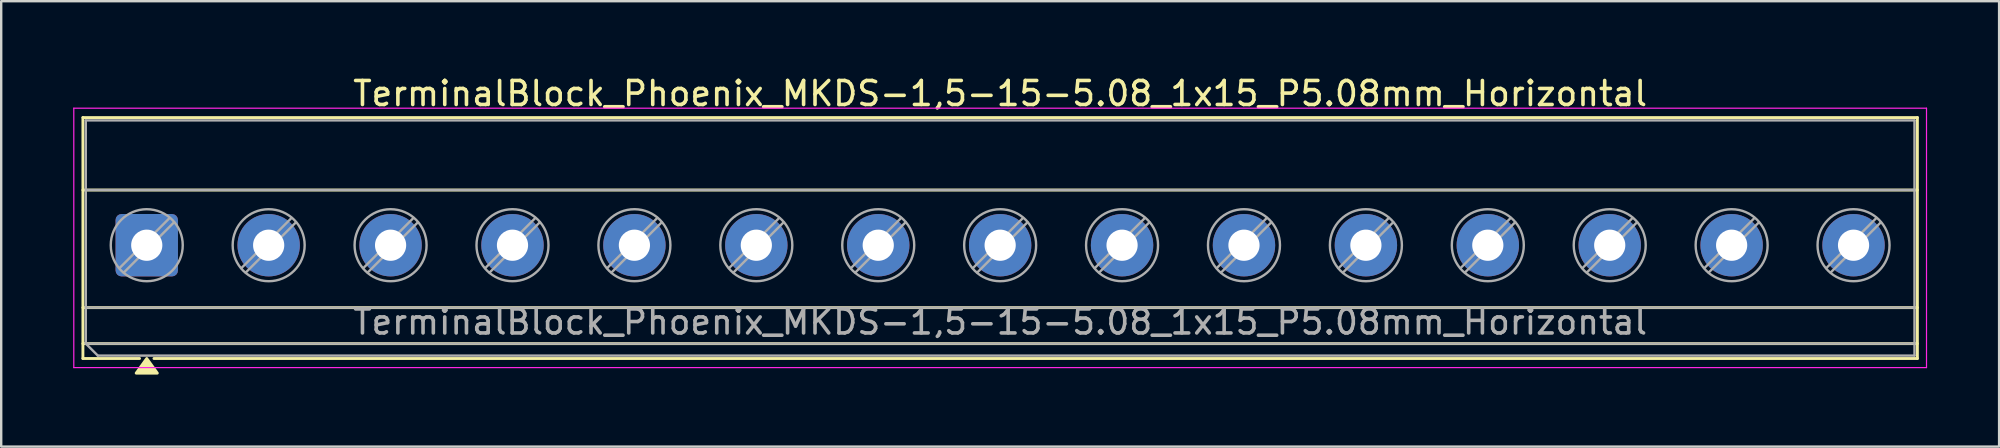
<source format=kicad_pcb>
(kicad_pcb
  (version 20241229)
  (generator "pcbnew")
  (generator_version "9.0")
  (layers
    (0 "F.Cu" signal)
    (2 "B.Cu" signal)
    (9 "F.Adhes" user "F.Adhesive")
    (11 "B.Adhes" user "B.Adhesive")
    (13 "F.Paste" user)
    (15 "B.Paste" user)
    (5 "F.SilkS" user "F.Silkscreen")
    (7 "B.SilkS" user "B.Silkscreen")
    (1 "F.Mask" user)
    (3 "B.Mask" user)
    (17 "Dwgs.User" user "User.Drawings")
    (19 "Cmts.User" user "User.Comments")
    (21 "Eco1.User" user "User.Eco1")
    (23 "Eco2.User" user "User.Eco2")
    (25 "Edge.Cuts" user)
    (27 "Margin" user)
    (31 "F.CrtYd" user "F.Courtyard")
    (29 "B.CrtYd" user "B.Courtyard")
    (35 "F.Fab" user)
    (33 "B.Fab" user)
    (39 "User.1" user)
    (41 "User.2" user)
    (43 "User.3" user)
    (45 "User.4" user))
  (footprint "TerminalBlock_Phoenix_MKDS-1,5-15-5.08_1x15_P5.08mm_Horizontal"
    (layer "F.Cu")
    (at 3.065 7.168)
    (property "Reference" "TerminalBlock_Phoenix_MKDS-1,5-15-5.08_1x15_P5.08mm_Horizontal" (at 35.56 -6.32 0) (layer "F.SilkS") (effects (font (size 1 1) (thickness 0.15))))
    (attr through_hole)
    (fp_line (start -2.66 -5.32) (end 73.78 -5.32) (stroke (width 0.12) (type solid)) (layer "F.SilkS"))
    (fp_line (start -2.66 -2.3) (end 73.78 -2.3) (stroke (width 0.12) (type solid)) (layer "F.SilkS"))
    (fp_line (start -2.66 2.6) (end 73.78 2.6) (stroke (width 0.12) (type solid)) (layer "F.SilkS"))
    (fp_line (start -2.66 4.1) (end 73.78 4.1) (stroke (width 0.12) (type solid)) (layer "F.SilkS"))
    (fp_line (start -2.66 4.72) (end -2.66 -5.32) (stroke (width 0.12) (type solid)) (layer "F.SilkS"))
    (fp_line (start -0.3 4.72) (end -2.66 4.72) (stroke (width 0.12) (type solid)) (layer "F.SilkS"))
    (fp_line (start 73.78 -5.32) (end 73.78 4.72) (stroke (width 0.12) (type solid)) (layer "F.SilkS"))
    (fp_line (start 73.78 4.72) (end 0.3 4.72) (stroke (width 0.12) (type solid)) (layer "F.SilkS"))
    (fp_poly (pts (xy 0 4.72) (xy 0.44 5.33) (xy -0.44 5.33)) (stroke (width 0.12) (type solid)) (fill yes) (layer "F.SilkS"))
    (fp_line (start -3.04 -5.71) (end -3.04 5.1) (stroke (width 0.05) (type solid)) (layer "F.CrtYd"))
    (fp_line (start -3.04 5.1) (end 74.16 5.1) (stroke (width 0.05) (type solid)) (layer "F.CrtYd"))
    (fp_line (start 74.16 -5.71) (end -3.04 -5.71) (stroke (width 0.05) (type solid)) (layer "F.CrtYd"))
    (fp_line (start 74.16 5.1) (end 74.16 -5.71) (stroke (width 0.05) (type solid)) (layer "F.CrtYd"))
    (fp_line (start -2.54 -5.2) (end 73.66 -5.2) (stroke (width 0.1) (type solid)) (layer "F.Fab"))
    (fp_line (start -2.54 -2.3) (end 73.66 -2.3) (stroke (width 0.1) (type solid)) (layer "F.Fab"))
    (fp_line (start -2.54 2.6) (end 73.66 2.6) (stroke (width 0.1) (type solid)) (layer "F.Fab"))
    (fp_line (start -2.54 4.1) (end -2.54 -5.2) (stroke (width 0.1) (type solid)) (layer "F.Fab"))
    (fp_line (start -2.54 4.1) (end 73.66 4.1) (stroke (width 0.1) (type solid)) (layer "F.Fab"))
    (fp_line (start -2.04 4.6) (end -2.54 4.1) (stroke (width 0.1) (type solid)) (layer "F.Fab"))
    (fp_line (start 0.955 -1.138) (end -1.138 0.955) (stroke (width 0.1) (type solid)) (layer "F.Fab"))
    (fp_line (start 1.138 -0.955) (end -0.955 1.138) (stroke (width 0.1) (type solid)) (layer "F.Fab"))
    (fp_line (start 6.035 -1.138) (end 3.942 0.955) (stroke (width 0.1) (type solid)) (layer "F.Fab"))
    (fp_line (start 6.218 -0.955) (end 4.125 1.138) (stroke (width 0.1) (type solid)) (layer "F.Fab"))
    (fp_line (start 11.115 -1.138) (end 9.022 0.955) (stroke (width 0.1) (type solid)) (layer "F.Fab"))
    (fp_line (start 11.298 -0.955) (end 9.205 1.138) (stroke (width 0.1) (type solid)) (layer "F.Fab"))
    (fp_line (start 16.195 -1.138) (end 14.102 0.955) (stroke (width 0.1) (type solid)) (layer "F.Fab"))
    (fp_line (start 16.378 -0.955) (end 14.285 1.138) (stroke (width 0.1) (type solid)) (layer "F.Fab"))
    (fp_line (start 21.275 -1.138) (end 19.182 0.955) (stroke (width 0.1) (type solid)) (layer "F.Fab"))
    (fp_line (start 21.458 -0.955) (end 19.365 1.138) (stroke (width 0.1) (type solid)) (layer "F.Fab"))
    (fp_line (start 26.355 -1.138) (end 24.262 0.955) (stroke (width 0.1) (type solid)) (layer "F.Fab"))
    (fp_line (start 26.538 -0.955) (end 24.445 1.138) (stroke (width 0.1) (type solid)) (layer "F.Fab"))
    (fp_line (start 31.435 -1.138) (end 29.342 0.955) (stroke (width 0.1) (type solid)) (layer "F.Fab"))
    (fp_line (start 31.618 -0.955) (end 29.525 1.138) (stroke (width 0.1) (type solid)) (layer "F.Fab"))
    (fp_line (start 36.515 -1.138) (end 34.422 0.955) (stroke (width 0.1) (type solid)) (layer "F.Fab"))
    (fp_line (start 36.698 -0.955) (end 34.605 1.138) (stroke (width 0.1) (type solid)) (layer "F.Fab"))
    (fp_line (start 41.595 -1.138) (end 39.502 0.955) (stroke (width 0.1) (type solid)) (layer "F.Fab"))
    (fp_line (start 41.778 -0.955) (end 39.685 1.138) (stroke (width 0.1) (type solid)) (layer "F.Fab"))
    (fp_line (start 46.675 -1.138) (end 44.582 0.955) (stroke (width 0.1) (type solid)) (layer "F.Fab"))
    (fp_line (start 46.858 -0.955) (end 44.765 1.138) (stroke (width 0.1) (type solid)) (layer "F.Fab"))
    (fp_line (start 51.755 -1.138) (end 49.662 0.955) (stroke (width 0.1) (type solid)) (layer "F.Fab"))
    (fp_line (start 51.938 -0.955) (end 49.845 1.138) (stroke (width 0.1) (type solid)) (layer "F.Fab"))
    (fp_line (start 56.835 -1.138) (end 54.742 0.955) (stroke (width 0.1) (type solid)) (layer "F.Fab"))
    (fp_line (start 57.018 -0.955) (end 54.925 1.138) (stroke (width 0.1) (type solid)) (layer "F.Fab"))
    (fp_line (start 61.915 -1.138) (end 59.822 0.955) (stroke (width 0.1) (type solid)) (layer "F.Fab"))
    (fp_line (start 62.098 -0.955) (end 60.005 1.138) (stroke (width 0.1) (type solid)) (layer "F.Fab"))
    (fp_line (start 66.995 -1.138) (end 64.902 0.955) (stroke (width 0.1) (type solid)) (layer "F.Fab"))
    (fp_line (start 67.178 -0.955) (end 65.085 1.138) (stroke (width 0.1) (type solid)) (layer "F.Fab"))
    (fp_line (start 72.075 -1.138) (end 69.982 0.955) (stroke (width 0.1) (type solid)) (layer "F.Fab"))
    (fp_line (start 72.258 -0.955) (end 70.165 1.138) (stroke (width 0.1) (type solid)) (layer "F.Fab"))
    (fp_line (start 73.66 -5.2) (end 73.66 4.6) (stroke (width 0.1) (type solid)) (layer "F.Fab"))
    (fp_line (start 73.66 4.6) (end -2.04 4.6) (stroke (width 0.1) (type solid)) (layer "F.Fab"))
    (fp_circle (center 0 0) (end 1.5 0) (stroke (width 0.1) (type solid)) (fill no) (layer "F.Fab"))
    (fp_circle (center 5.08 0) (end 6.58 0) (stroke (width 0.1) (type solid)) (fill no) (layer "F.Fab"))
    (fp_circle (center 10.16 0) (end 11.66 0) (stroke (width 0.1) (type solid)) (fill no) (layer "F.Fab"))
    (fp_circle (center 15.24 0) (end 16.74 0) (stroke (width 0.1) (type solid)) (fill no) (layer "F.Fab"))
    (fp_circle (center 20.32 0) (end 21.82 0) (stroke (width 0.1) (type solid)) (fill no) (layer "F.Fab"))
    (fp_circle (center 25.4 0) (end 26.9 0) (stroke (width 0.1) (type solid)) (fill no) (layer "F.Fab"))
    (fp_circle (center 30.48 0) (end 31.98 0) (stroke (width 0.1) (type solid)) (fill no) (layer "F.Fab"))
    (fp_circle (center 35.56 0) (end 37.06 0) (stroke (width 0.1) (type solid)) (fill no) (layer "F.Fab"))
    (fp_circle (center 40.64 0) (end 42.14 0) (stroke (width 0.1) (type solid)) (fill no) (layer "F.Fab"))
    (fp_circle (center 45.72 0) (end 47.22 0) (stroke (width 0.1) (type solid)) (fill no) (layer "F.Fab"))
    (fp_circle (center 50.8 0) (end 52.3 0) (stroke (width 0.1) (type solid)) (fill no) (layer "F.Fab"))
    (fp_circle (center 55.88 0) (end 57.38 0) (stroke (width 0.1) (type solid)) (fill no) (layer "F.Fab"))
    (fp_circle (center 60.96 0) (end 62.46 0) (stroke (width 0.1) (type solid)) (fill no) (layer "F.Fab"))
    (fp_circle (center 66.04 0) (end 67.54 0) (stroke (width 0.1) (type solid)) (fill no) (layer "F.Fab"))
    (fp_circle (center 71.12 0) (end 72.62 0) (stroke (width 0.1) (type solid)) (fill no) (layer "F.Fab"))
    (fp_text user "${REFERENCE}" (at 35.56 3.2 0) (layer "F.Fab") (effects (font (size 1 1) (thickness 0.15))))
    (pad "1" thru_hole roundrect (at 0 0) (size 2.6 2.6) (drill 1.3) (layers "*.Cu" "*.Mask") (roundrect_rratio 0.096))
    (pad "2" thru_hole circle (at 5.08 0) (size 2.6 2.6) (drill 1.3) (layers "*.Cu" "*.Mask"))
    (pad "3" thru_hole circle (at 10.16 0) (size 2.6 2.6) (drill 1.3) (layers "*.Cu" "*.Mask"))
    (pad "4" thru_hole circle (at 15.24 0) (size 2.6 2.6) (drill 1.3) (layers "*.Cu" "*.Mask"))
    (pad "5" thru_hole circle (at 20.32 0) (size 2.6 2.6) (drill 1.3) (layers "*.Cu" "*.Mask"))
    (pad "6" thru_hole circle (at 25.4 0) (size 2.6 2.6) (drill 1.3) (layers "*.Cu" "*.Mask"))
    (pad "7" thru_hole circle (at 30.48 0) (size 2.6 2.6) (drill 1.3) (layers "*.Cu" "*.Mask"))
    (pad "8" thru_hole circle (at 35.56 0) (size 2.6 2.6) (drill 1.3) (layers "*.Cu" "*.Mask"))
    (pad "9" thru_hole circle (at 40.64 0) (size 2.6 2.6) (drill 1.3) (layers "*.Cu" "*.Mask"))
    (pad "10" thru_hole circle (at 45.72 0) (size 2.6 2.6) (drill 1.3) (layers "*.Cu" "*.Mask"))
    (pad "11" thru_hole circle (at 50.8 0) (size 2.6 2.6) (drill 1.3) (layers "*.Cu" "*.Mask"))
    (pad "12" thru_hole circle (at 55.88 0) (size 2.6 2.6) (drill 1.3) (layers "*.Cu" "*.Mask"))
    (pad "13" thru_hole circle (at 60.96 0) (size 2.6 2.6) (drill 1.3) (layers "*.Cu" "*.Mask"))
    (pad "14" thru_hole circle (at 66.04 0) (size 2.6 2.6) (drill 1.3) (layers "*.Cu" "*.Mask"))
    (pad "15" thru_hole circle (at 71.12 0) (size 2.6 2.6) (drill 1.3) (layers "*.Cu" "*.Mask")))
  (gr_rect
    (start -3 -3)
    (end 80.25 15.558)
    (stroke (width 0.1) (type default))
    (fill no)
    (layer "Edge.Cuts")))
</source>
